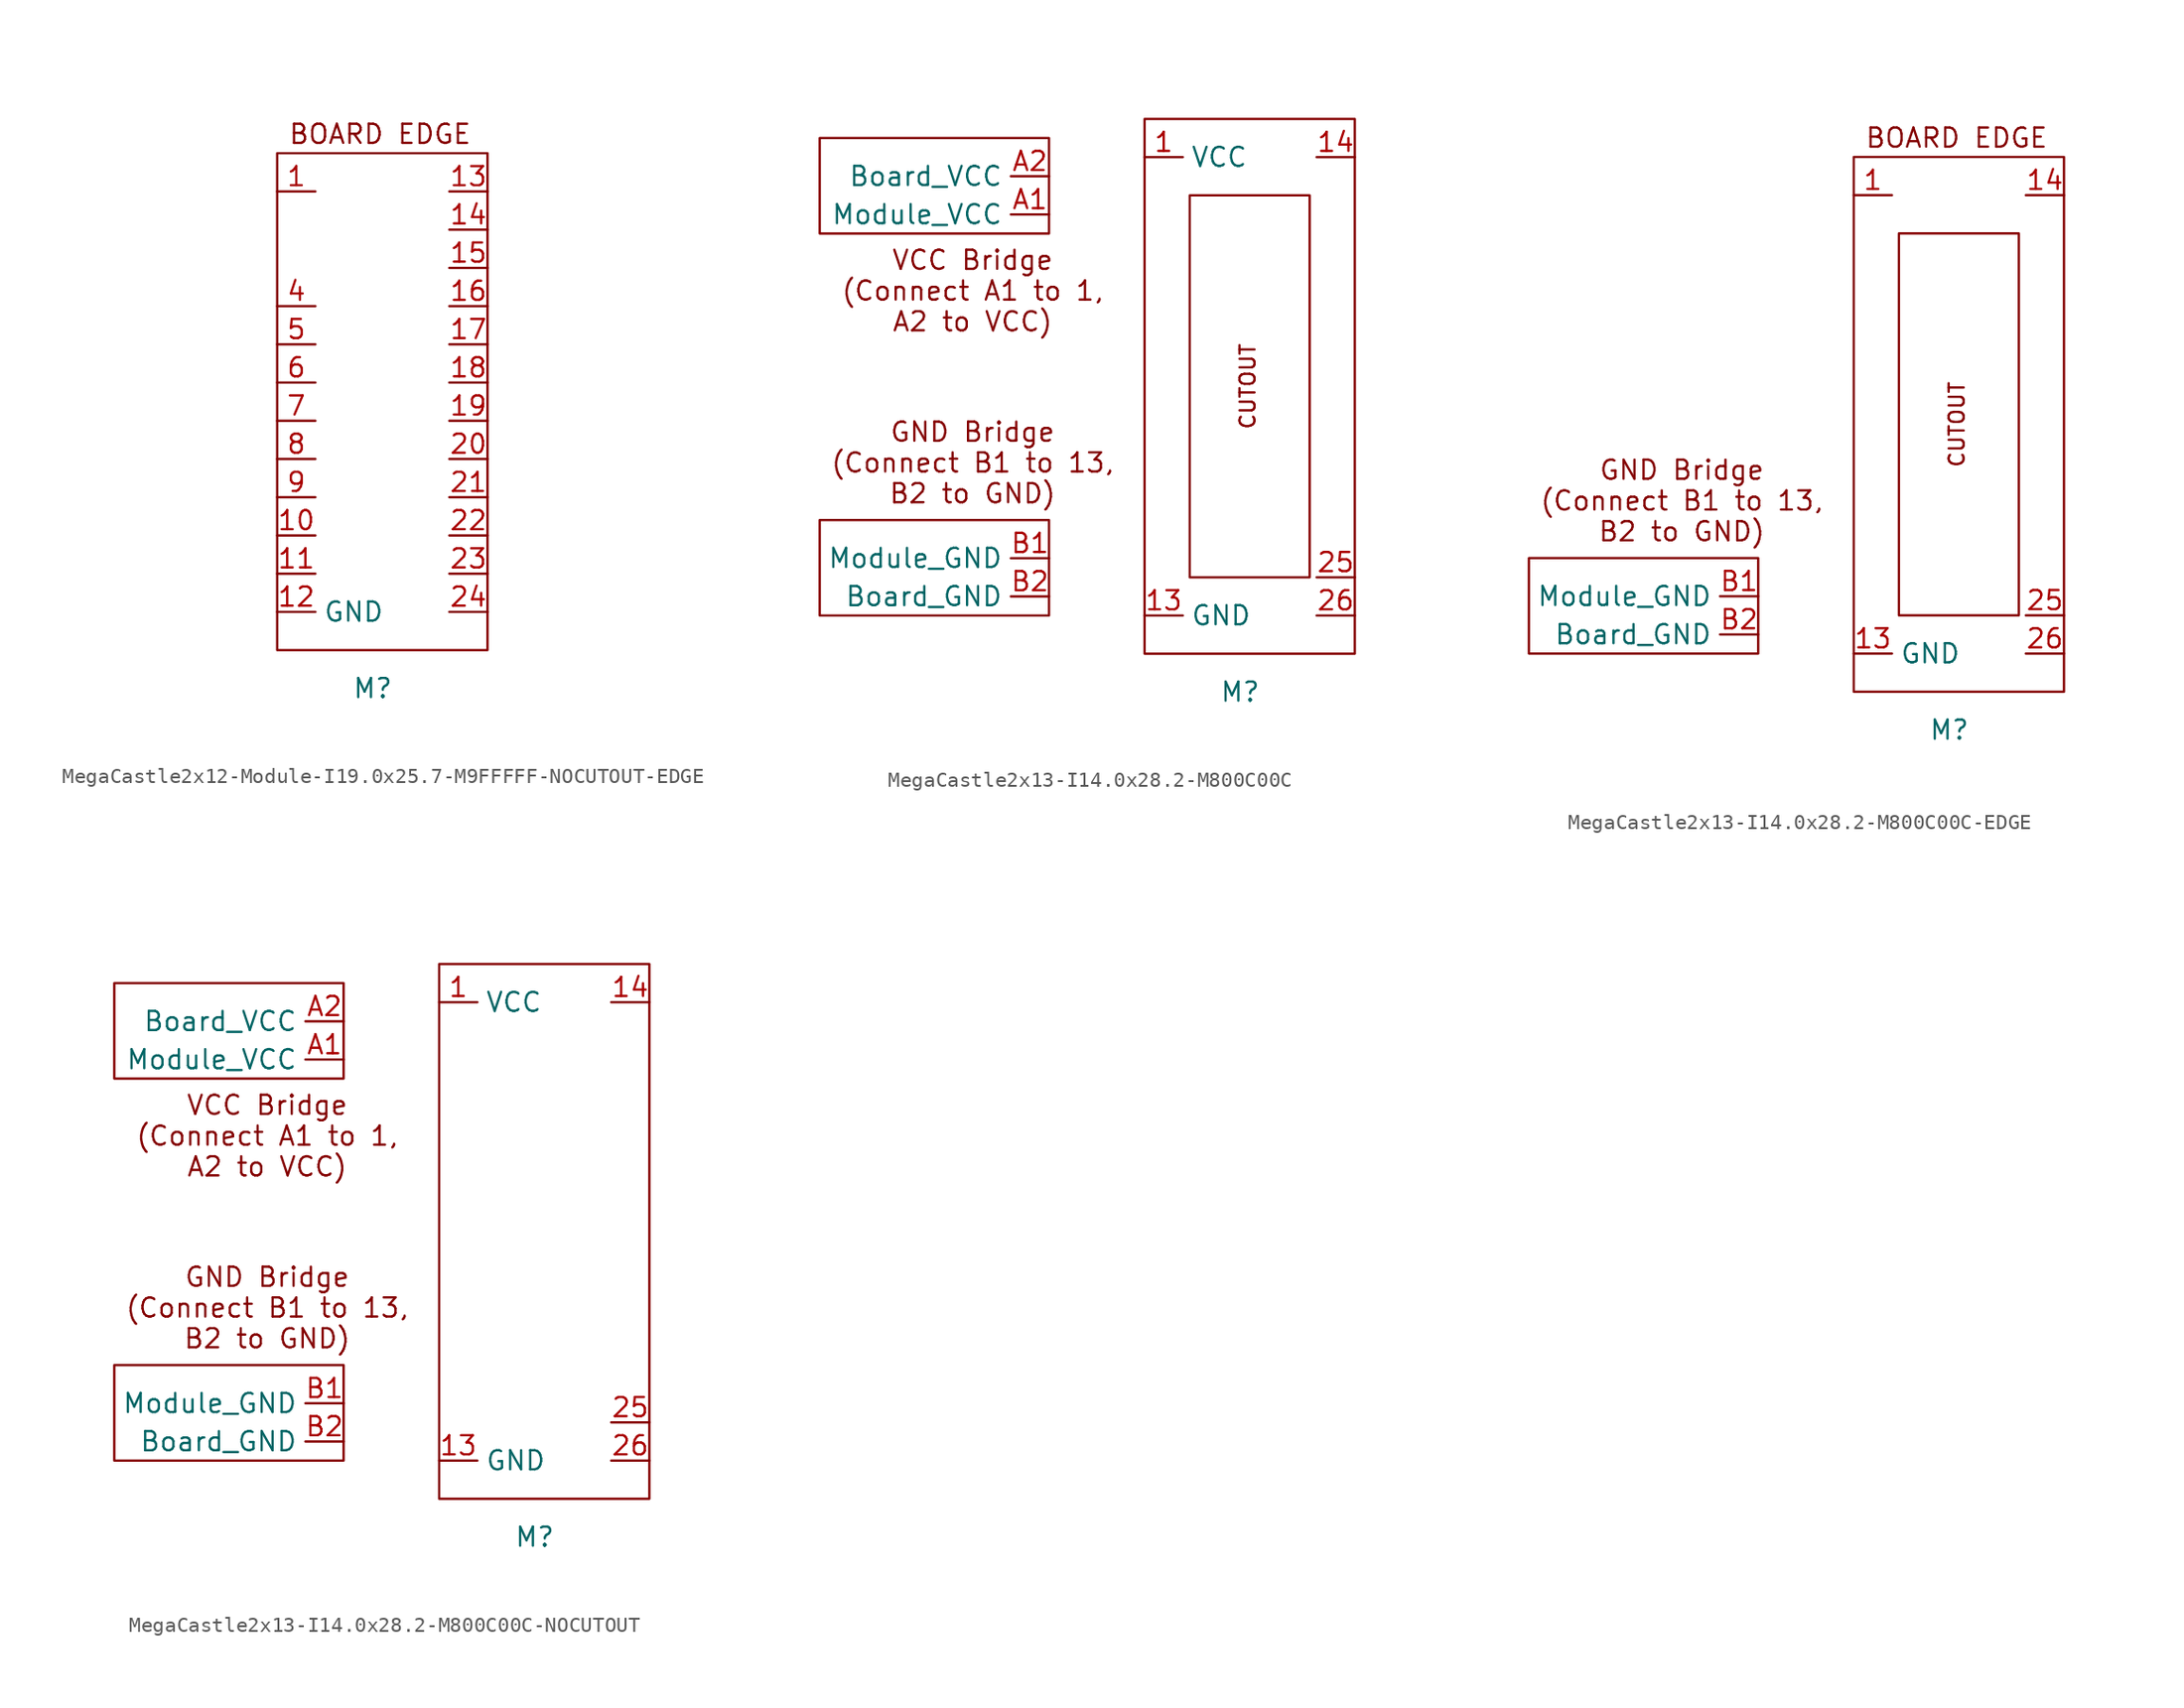
<source format=kicad_sym>
(kicad_symbol_lib
  (version 20231120)
  (generator "kicad_symbol_editor")
  (generator_version "8.0")
  (symbol "MegaCastle2x12-Module-I19.0x25.7-M9FFFFF-NOCUTOUT-EDGE"
    (property "Reference" "M"
      (at 0 -19.05 0)
      (effects (font (size 1.27 1.27))))
    (property "Value" ""
      (at 0 5.08 0)
      (effects (font (size 1.27 1.27))))
    (symbol "MegaCastle2x12-Module-I19.0x25.7-M9FFFFF-NOCUTOUT-EDGE_0_1"
      (rectangle (start -6.35 16.51) (end 7.62 -16.51) (stroke (width 0) (type default)) (fill (type none))))
    (symbol "MegaCastle2x12-Module-I19.0x25.7-M9FFFFF-NOCUTOUT-EDGE_1_1"
      (text " BOARD EDGE" (at 0 17.78 0) (effects (font (size 1.27 1.27))))
      (pin bidirectional line (at -6.35 13.97 0) (length 2.54) (name "" (effects (font (size 1.27 1.27)))) (number "1" (effects (font (size 1.27 1.27)))))
      (pin bidirectional line (at -6.35 -8.89 0) (length 2.54) (name "" (effects (font (size 1.27 1.27)))) (number "10" (effects (font (size 1.27 1.27)))))
      (pin bidirectional line (at -6.35 -11.43 0) (length 2.54) (name "" (effects (font (size 1.27 1.27)))) (number "11" (effects (font (size 1.27 1.27)))))
      (pin bidirectional line (at -6.35 -13.97 0) (length 2.54) (name "GND" (effects (font (size 1.27 1.27)))) (number "12" (effects (font (size 1.27 1.27)))))
      (pin bidirectional line (at 7.62 13.97 180) (length 2.54) (name "" (effects (font (size 1.27 1.27)))) (number "13" (effects (font (size 1.27 1.27)))))
      (pin bidirectional line (at 7.62 11.43 180) (length 2.54) (name "" (effects (font (size 1.27 1.27)))) (number "14" (effects (font (size 1.27 1.27)))))
      (pin bidirectional line (at 7.62 8.89 180) (length 2.54) (name "" (effects (font (size 1.27 1.27)))) (number "15" (effects (font (size 1.27 1.27)))))
      (pin bidirectional line (at 7.62 6.35 180) (length 2.54) (name "" (effects (font (size 1.27 1.27)))) (number "16" (effects (font (size 1.27 1.27)))))
      (pin bidirectional line (at 7.62 3.81 180) (length 2.54) (name "" (effects (font (size 1.27 1.27)))) (number "17" (effects (font (size 1.27 1.27)))))
      (pin bidirectional line (at 7.62 1.27 180) (length 2.54) (name "" (effects (font (size 1.27 1.27)))) (number "18" (effects (font (size 1.27 1.27)))))
      (pin bidirectional line (at 7.62 -1.27 180) (length 2.54) (name "" (effects (font (size 1.27 1.27)))) (number "19" (effects (font (size 1.27 1.27)))))
      (pin bidirectional line (at 7.62 -3.81 180) (length 2.54) (name "" (effects (font (size 1.27 1.27)))) (number "20" (effects (font (size 1.27 1.27)))))
      (pin bidirectional line (at 7.62 -6.35 180) (length 2.54) (name "" (effects (font (size 1.27 1.27)))) (number "21" (effects (font (size 1.27 1.27)))))
      (pin bidirectional line (at 7.62 -8.89 180) (length 2.54) (name "" (effects (font (size 1.27 1.27)))) (number "22" (effects (font (size 1.27 1.27)))))
      (pin bidirectional line (at 7.62 -11.43 180) (length 2.54) (name "" (effects (font (size 1.27 1.27)))) (number "23" (effects (font (size 1.27 1.27)))))
      (pin bidirectional line (at 7.62 -13.97 180) (length 2.54) (name "" (effects (font (size 1.27 1.27)))) (number "24" (effects (font (size 1.27 1.27)))))
      (pin bidirectional line (at -6.35 6.35 0) (length 2.54) (name "" (effects (font (size 1.27 1.27)))) (number "4" (effects (font (size 1.27 1.27)))))
      (pin bidirectional line (at -6.35 3.81 0) (length 2.54) (name "" (effects (font (size 1.27 1.27)))) (number "5" (effects (font (size 1.27 1.27)))))
      (pin bidirectional line (at -6.35 1.27 0) (length 2.54) (name "" (effects (font (size 1.27 1.27)))) (number "6" (effects (font (size 1.27 1.27)))))
      (pin bidirectional line (at -6.35 -1.27 0) (length 2.54) (name "" (effects (font (size 1.27 1.27)))) (number "7" (effects (font (size 1.27 1.27)))))
      (pin bidirectional line (at -6.35 -3.81 0) (length 2.54) (name "" (effects (font (size 1.27 1.27)))) (number "8" (effects (font (size 1.27 1.27)))))
      (pin bidirectional line (at -6.35 -6.35 0) (length 2.54) (name "" (effects (font (size 1.27 1.27)))) (number "9" (effects (font (size 1.27 1.27)))))))
  (symbol "MegaCastle2x13-I14.0x28.2-M800C00C"
    (property "Reference" "M"
      (at 0 -20.32 0)
      (effects (font (size 1.27 1.27))))
    (property "Value" ""
      (at 0 5.08 0)
      (effects (font (size 1.27 1.27))))
    (symbol "MegaCastle2x13-I14.0x28.2-M800C00C_0_1"
      (rectangle (start -27.94 -8.89) (end -12.7 -15.24) (stroke (width 0) (type default)) (fill (type none)))
      (rectangle (start -27.94 16.51) (end -12.7 10.16) (stroke (width 0) (type default)) (fill (type none)))
      (rectangle (start -6.35 17.78) (end 7.62 -17.78) (stroke (width 0) (type default)) (fill (type none)))
      (rectangle (start -3.35 12.7) (end 4.62 -12.7) (stroke (width 0) (type default)) (fill (type none))))
    (symbol "MegaCastle2x13-I14.0x28.2-M800C00C_1_1"
      (text "CUTOUT" (at 0.5 0 900) (effects (font (size 1 1))))
      (text "GND Bridge\n(Connect B1 to 13,\nB2 to GND)" (at -17.78 -5.08 0) (effects (font (size 1.27 1.27))))
      (text "VCC Bridge\n(Connect A1 to 1,\nA2 to VCC)" (at -17.78 6.35 0) (effects (font (size 1.27 1.27))))
      (pin bidirectional line (at -6.35 15.24 0) (length 2.54) (name "VCC" (effects (font (size 1.27 1.27)))) (number "1" (effects (font (size 1.27 1.27)))))
      (pin bidirectional line (at -6.35 -15.24 0) (length 2.54) (name "GND" (effects (font (size 1.27 1.27)))) (number "13" (effects (font (size 1.27 1.27)))))
      (pin bidirectional line (at 7.62 15.24 180) (length 2.54) (name "" (effects (font (size 1.27 1.27)))) (number "14" (effects (font (size 1.27 1.27)))))
      (pin bidirectional line (at 7.62 -12.7 180) (length 2.54) (name "" (effects (font (size 1.27 1.27)))) (number "25" (effects (font (size 1.27 1.27)))))
      (pin bidirectional line (at 7.62 -15.24 180) (length 2.54) (name "" (effects (font (size 1.27 1.27)))) (number "26" (effects (font (size 1.27 1.27)))))
      (pin bidirectional line (at -12.7 11.43 180) (length 2.54) (name "Module_VCC" (effects (font (size 1.27 1.27)))) (number "A1" (effects (font (size 1.27 1.27)))))
      (pin bidirectional line (at -12.7 13.97 180) (length 2.54) (name "Board_VCC" (effects (font (size 1.27 1.27)))) (number "A2" (effects (font (size 1.27 1.27)))))
      (pin bidirectional line (at -12.7 -11.43 180) (length 2.54) (name "Module_GND" (effects (font (size 1.27 1.27)))) (number "B1" (effects (font (size 1.27 1.27)))))
      (pin bidirectional line (at -12.7 -13.97 180) (length 2.54) (name "Board_GND" (effects (font (size 1.27 1.27)))) (number "B2" (effects (font (size 1.27 1.27)))))))
  (symbol "MegaCastle2x13-I14.0x28.2-M800C00C-EDGE"
    (property "Reference" "M"
      (at 0 -20.32 0)
      (effects (font (size 1.27 1.27))))
    (property "Value" ""
      (at 0 5.08 0)
      (effects (font (size 1.27 1.27))))
    (symbol "MegaCastle2x13-I14.0x28.2-M800C00C-EDGE_0_1"
      (rectangle (start -27.94 -8.89) (end -12.7 -15.24) (stroke (width 0) (type default)) (fill (type none)))
      (rectangle (start -6.35 17.78) (end 7.62 -17.78) (stroke (width 0) (type default)) (fill (type none)))
      (rectangle (start -3.35 12.7) (end 4.62 -12.7) (stroke (width 0) (type default)) (fill (type none))))
    (symbol "MegaCastle2x13-I14.0x28.2-M800C00C-EDGE_1_1"
      (text " BOARD EDGE" (at 0 19.05 0) (effects (font (size 1.27 1.27))))
      (text "CUTOUT" (at 0.5 0 900) (effects (font (size 1 1))))
      (text "GND Bridge\n(Connect B1 to 13,\nB2 to GND)" (at -17.78 -5.08 0) (effects (font (size 1.27 1.27))))
      (pin bidirectional line (at -6.35 15.24 0) (length 2.54) (name "" (effects (font (size 1.27 1.27)))) (number "1" (effects (font (size 1.27 1.27)))))
      (pin bidirectional line (at -6.35 -15.24 0) (length 2.54) (name "GND" (effects (font (size 1.27 1.27)))) (number "13" (effects (font (size 1.27 1.27)))))
      (pin bidirectional line (at 7.62 15.24 180) (length 2.54) (name "" (effects (font (size 1.27 1.27)))) (number "14" (effects (font (size 1.27 1.27)))))
      (pin bidirectional line (at 7.62 -12.7 180) (length 2.54) (name "" (effects (font (size 1.27 1.27)))) (number "25" (effects (font (size 1.27 1.27)))))
      (pin bidirectional line (at 7.62 -15.24 180) (length 2.54) (name "" (effects (font (size 1.27 1.27)))) (number "26" (effects (font (size 1.27 1.27)))))
      (pin bidirectional line (at -12.7 -11.43 180) (length 2.54) (name "Module_GND" (effects (font (size 1.27 1.27)))) (number "B1" (effects (font (size 1.27 1.27)))))
      (pin bidirectional line (at -12.7 -13.97 180) (length 2.54) (name "Board_GND" (effects (font (size 1.27 1.27)))) (number "B2" (effects (font (size 1.27 1.27)))))))
  (symbol "MegaCastle2x13-I14.0x28.2-M800C00C-NOCUTOUT"
    (property "Reference" "M"
      (at 0 -20.32 0)
      (effects (font (size 1.27 1.27))))
    (property "Value" ""
      (at 0 5.08 0)
      (effects (font (size 1.27 1.27))))
    (symbol "MegaCastle2x13-I14.0x28.2-M800C00C-NOCUTOUT_0_1"
      (rectangle (start -27.94 -8.89) (end -12.7 -15.24) (stroke (width 0) (type default)) (fill (type none)))
      (rectangle (start -27.94 16.51) (end -12.7 10.16) (stroke (width 0) (type default)) (fill (type none)))
      (rectangle (start -6.35 17.78) (end 7.62 -17.78) (stroke (width 0) (type default)) (fill (type none))))
    (symbol "MegaCastle2x13-I14.0x28.2-M800C00C-NOCUTOUT_1_1"
      (text "GND Bridge\n(Connect B1 to 13,\nB2 to GND)" (at -17.78 -5.08 0) (effects (font (size 1.27 1.27))))
      (text "VCC Bridge\n(Connect A1 to 1,\nA2 to VCC)" (at -17.78 6.35 0) (effects (font (size 1.27 1.27))))
      (pin bidirectional line (at -6.35 15.24 0) (length 2.54) (name "VCC" (effects (font (size 1.27 1.27)))) (number "1" (effects (font (size 1.27 1.27)))))
      (pin bidirectional line (at -6.35 -15.24 0) (length 2.54) (name "GND" (effects (font (size 1.27 1.27)))) (number "13" (effects (font (size 1.27 1.27)))))
      (pin bidirectional line (at 7.62 15.24 180) (length 2.54) (name "" (effects (font (size 1.27 1.27)))) (number "14" (effects (font (size 1.27 1.27)))))
      (pin bidirectional line (at 7.62 -12.7 180) (length 2.54) (name "" (effects (font (size 1.27 1.27)))) (number "25" (effects (font (size 1.27 1.27)))))
      (pin bidirectional line (at 7.62 -15.24 180) (length 2.54) (name "" (effects (font (size 1.27 1.27)))) (number "26" (effects (font (size 1.27 1.27)))))
      (pin bidirectional line (at -12.7 11.43 180) (length 2.54) (name "Module_VCC" (effects (font (size 1.27 1.27)))) (number "A1" (effects (font (size 1.27 1.27)))))
      (pin bidirectional line (at -12.7 13.97 180) (length 2.54) (name "Board_VCC" (effects (font (size 1.27 1.27)))) (number "A2" (effects (font (size 1.27 1.27)))))
      (pin bidirectional line (at -12.7 -11.43 180) (length 2.54) (name "Module_GND" (effects (font (size 1.27 1.27)))) (number "B1" (effects (font (size 1.27 1.27)))))
      (pin bidirectional line (at -12.7 -13.97 180) (length 2.54) (name "Board_GND" (effects (font (size 1.27 1.27)))) (number "B2" (effects (font (size 1.27 1.27))))))))
</source>
